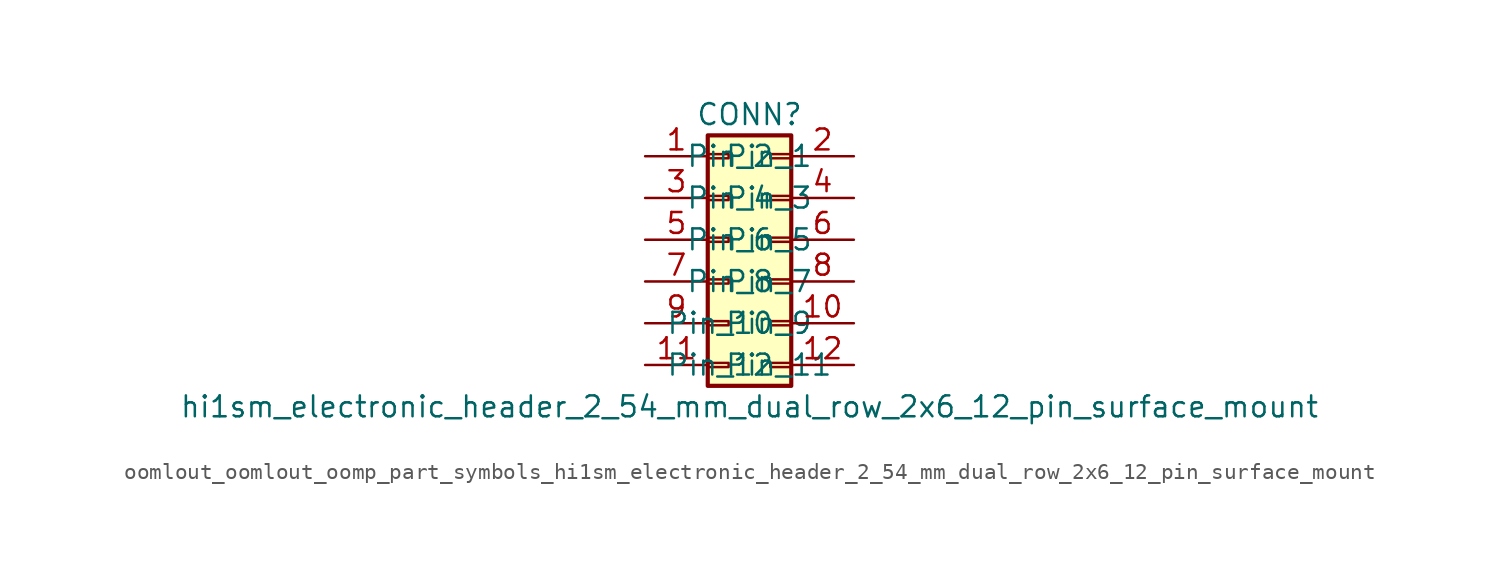
<source format=kicad_sym>
(kicad_symbol_lib
  (version 20220914)
  (generator kicad_symbol_editor)
  (symbol "oomlout_oomlout_oomp_part_symbols_hi1sm_electronic_header_2_54_mm_dual_row_2x6_12_pin_surface_mount"
    (pin_names
      (offset 1.016))
    (property "Reference" "CONN"
      (at 1.27 7.62 0)
      (effects (font (size 1.27 1.27))))
    (property "Value" "hi1sm_electronic_header_2_54_mm_dual_row_2x6_12_pin_surface_mount"
      (at 1.27 -10.16 0)
      (effects (font (size 1.27 1.27))))
    (symbol "oomlout_oomlout_oomp_part_symbols_hi1sm_electronic_header_2_54_mm_dual_row_2x6_12_pin_surface_mount_1_1"
      (rectangle (start -1.27 -7.493) (end 0 -7.747) (stroke (width 0.152) (type default)) (fill (type none)))
      (rectangle (start -1.27 -4.953) (end 0 -5.207) (stroke (width 0.152) (type default)) (fill (type none)))
      (rectangle (start -1.27 -2.413) (end 0 -2.667) (stroke (width 0.152) (type default)) (fill (type none)))
      (rectangle (start -1.27 0.127) (end 0 -0.127) (stroke (width 0.152) (type default)) (fill (type none)))
      (rectangle (start -1.27 2.667) (end 0 2.413) (stroke (width 0.152) (type default)) (fill (type none)))
      (rectangle (start -1.27 5.207) (end 0 4.953) (stroke (width 0.152) (type default)) (fill (type none)))
      (rectangle (start -1.27 6.35) (end 3.81 -8.89) (stroke (width 0.254) (type default)) (fill (type background)))
      (rectangle (start 3.81 -7.493) (end 2.54 -7.747) (stroke (width 0.152) (type default)) (fill (type none)))
      (rectangle (start 3.81 -4.953) (end 2.54 -5.207) (stroke (width 0.152) (type default)) (fill (type none)))
      (rectangle (start 3.81 -2.413) (end 2.54 -2.667) (stroke (width 0.152) (type default)) (fill (type none)))
      (rectangle (start 3.81 0.127) (end 2.54 -0.127) (stroke (width 0.152) (type default)) (fill (type none)))
      (rectangle (start 3.81 2.667) (end 2.54 2.413) (stroke (width 0.152) (type default)) (fill (type none)))
      (rectangle (start 3.81 5.207) (end 2.54 4.953) (stroke (width 0.152) (type default)) (fill (type none)))
      (pin passive line (at -5.08 5.08 0) (length 3.81) (name "Pin_1" (effects (font (size 1.27 1.27)))) (number "1" (effects (font (size 1.27 1.27)))))
      (pin passive line (at 7.62 -5.08 180) (length 3.81) (name "Pin_10" (effects (font (size 1.27 1.27)))) (number "10" (effects (font (size 1.27 1.27)))))
      (pin passive line (at -5.08 -7.62 0) (length 3.81) (name "Pin_11" (effects (font (size 1.27 1.27)))) (number "11" (effects (font (size 1.27 1.27)))))
      (pin passive line (at 7.62 -7.62 180) (length 3.81) (name "Pin_12" (effects (font (size 1.27 1.27)))) (number "12" (effects (font (size 1.27 1.27)))))
      (pin passive line (at 7.62 5.08 180) (length 3.81) (name "Pin_2" (effects (font (size 1.27 1.27)))) (number "2" (effects (font (size 1.27 1.27)))))
      (pin passive line (at -5.08 2.54 0) (length 3.81) (name "Pin_3" (effects (font (size 1.27 1.27)))) (number "3" (effects (font (size 1.27 1.27)))))
      (pin passive line (at 7.62 2.54 180) (length 3.81) (name "Pin_4" (effects (font (size 1.27 1.27)))) (number "4" (effects (font (size 1.27 1.27)))))
      (pin passive line (at -5.08 0 0) (length 3.81) (name "Pin_5" (effects (font (size 1.27 1.27)))) (number "5" (effects (font (size 1.27 1.27)))))
      (pin passive line (at 7.62 0 180) (length 3.81) (name "Pin_6" (effects (font (size 1.27 1.27)))) (number "6" (effects (font (size 1.27 1.27)))))
      (pin passive line (at -5.08 -2.54 0) (length 3.81) (name "Pin_7" (effects (font (size 1.27 1.27)))) (number "7" (effects (font (size 1.27 1.27)))))
      (pin passive line (at 7.62 -2.54 180) (length 3.81) (name "Pin_8" (effects (font (size 1.27 1.27)))) (number "8" (effects (font (size 1.27 1.27)))))
      (pin passive line (at -5.08 -5.08 0) (length 3.81) (name "Pin_9" (effects (font (size 1.27 1.27)))) (number "9" (effects (font (size 1.27 1.27))))))))
</source>
